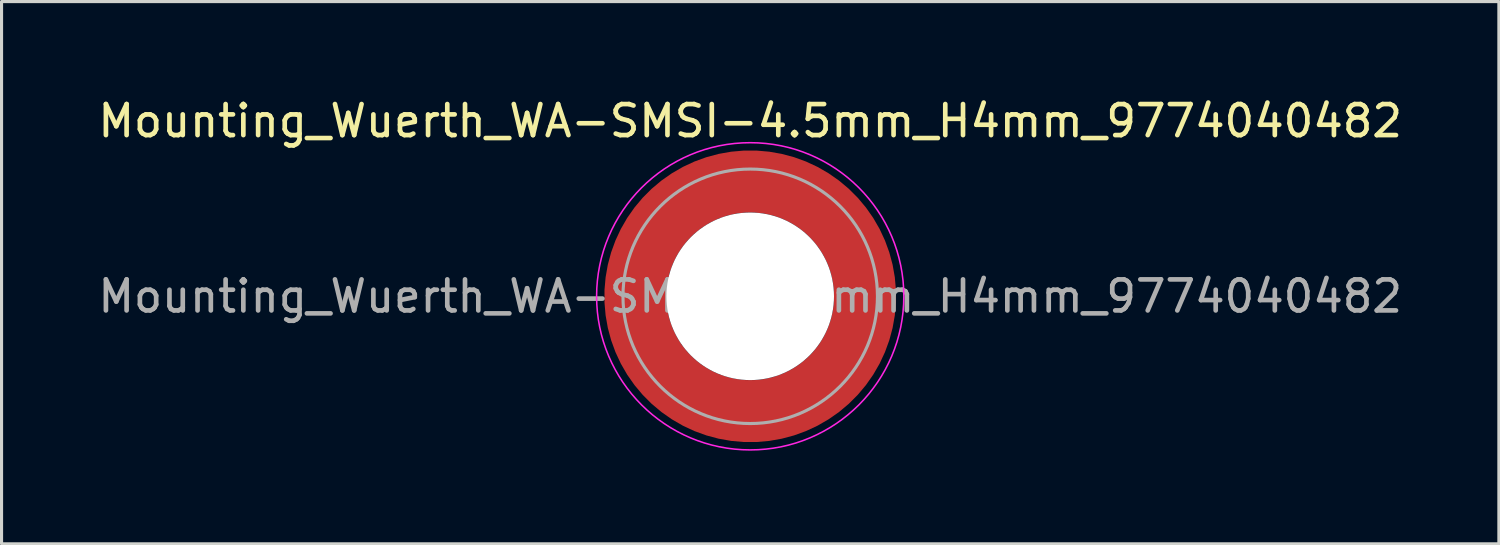
<source format=kicad_pcb>
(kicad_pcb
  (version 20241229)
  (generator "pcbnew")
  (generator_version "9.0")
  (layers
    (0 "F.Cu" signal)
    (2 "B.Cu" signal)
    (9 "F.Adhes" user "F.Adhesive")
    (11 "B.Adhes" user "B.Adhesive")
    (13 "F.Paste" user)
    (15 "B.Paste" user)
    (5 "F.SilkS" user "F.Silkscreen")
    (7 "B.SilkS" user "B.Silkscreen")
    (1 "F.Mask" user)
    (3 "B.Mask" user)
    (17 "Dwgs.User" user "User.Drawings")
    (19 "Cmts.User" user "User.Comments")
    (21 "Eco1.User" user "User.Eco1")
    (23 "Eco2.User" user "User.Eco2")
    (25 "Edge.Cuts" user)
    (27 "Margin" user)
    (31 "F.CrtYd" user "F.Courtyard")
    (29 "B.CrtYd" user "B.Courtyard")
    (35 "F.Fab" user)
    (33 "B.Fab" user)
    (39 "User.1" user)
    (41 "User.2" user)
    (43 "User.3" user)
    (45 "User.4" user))
  (footprint "Mounting_Wuerth_WA-SMSI-4.5mm_H4mm_9774040482"
    (layer "F.Cu")
    (at 21.125 6.498)
    (property "Reference" "Mounting_Wuerth_WA-SMSI-4.5mm_H4mm_9774040482" (at 0 -5.65 0) (layer "F.SilkS") (effects (font (size 1 1) (thickness 0.15))))
    (attr smd)
    (fp_circle (center 0 0) (end 4.95 0) (stroke (width 0.05) (type solid)) (fill no) (layer "F.CrtYd"))
    (fp_circle (center 0 0) (end 4.1 0) (stroke (width 0.1) (type solid)) (fill no) (layer "F.Fab"))
    (fp_text user "${REFERENCE}" (at 0 0 0) (layer "F.Fab") (effects (font (size 1 1) (thickness 0.15))))
    (pad "" smd custom (at -2.607 -2.607) (size 1.495 1.495) (layers "F.Paste") (options (anchor circle)) (primitives (gr_arc (start -0.188183 2.107456) (mid 0.598928 0.599619) (end 2.106494 -0.188011) (width 0.2)) (gr_arc (start -0.289416 2.107456) (mid 0.528508 0.529033) (end 2.106724 -0.28929) (width 0.2)) (gr_arc (start -0.390547 2.107456) (mid 0.457087 0.459449) (end 2.104161 -0.389996) (width 0.2)) (gr_arc (start -0.491585 2.107456) (mid 0.386415 0.389116) (end 2.103685 -0.490974) (width 0.2)) (gr_arc (start -0.59254 2.107456) (mid 0.31649 0.318035) (end 2.105297 -0.592202) (width 0.2)) (gr_arc (start -0.693419 2.107456) (mid 0.245252 0.248268) (end 2.103239 -0.692777) (width 0.2)) (gr_arc (start -0.794229 2.107456) (mid 0.174636 0.177878) (end 2.102921 -0.793559) (width 0.2)) (gr_arc (start -0.894975 2.107456) (mid 0.104643 0.106866) (end 2.104343 -0.894529) (width 0.2)) (gr_arc (start -0.995664 2.107456) (mid 0.033026 0.037479) (end 2.101219 -0.994793) (width 0.2)) (gr_arc (start -1.0963 2.107456) (mid -0.035789 -0.034714) (end 2.105949 -1.096096) (width 0.2)) (gr_arc (start -1.196886 2.107456) (mid -0.106351 -0.105157) (end 2.105783 -1.196666) (width 0.2)) (gr_arc (start -1.297427 2.107456) (mid -0.176416 -0.176097) (end 2.107009 -1.29737) (width 0.2)) (gr_arc (start -1.397927 2.107456) (mid -0.248476 -0.245042) (end 2.102638 -1.397323) (width 0.2)) (gr_arc (start -1.498388 2.107456) (mid -0.317612 -0.316913) (end 2.106475 -1.498268) (width 0.2)) (gr_arc (start -1.598813 2.107456) (mid -0.388865 -0.386665) (end 2.104366 -1.598444) (width 0.2)) (gr_arc (start -1.699204 2.107456) (mid -0.459747 -0.456787) (end 2.103299 -1.698719) (width 0.2)) (gr_arc (start -1.799565 2.107456) (mid -0.530257 -0.527283) (end 2.103277 -1.799089) (width 0.2)) (gr_arc (start -1.899896 2.107456) (mid -0.600396 -0.59815) (end 2.104299 -1.899545) (width 0.2)) (gr_arc (start -1.899896 2.107456) (mid -0.600396 -0.59815) (end 2.104299 -1.899545) (width 0.2)) (gr_line (start 2.107 -0.188) (end 2.107 -1.9) (width 0.2)) (gr_line (start -0.188 2.107) (end -1.9 2.107) (width 0.2))))
    (pad "" smd custom (at -2.607 2.607) (size 1.495 1.495) (layers "F.Paste") (options (anchor circle)) (primitives (gr_arc (start 2.107456 0.188183) (mid 0.599619 -0.598928) (end -0.188011 -2.106494) (width 0.2)) (gr_arc (start 2.107456 0.289416) (mid 0.529033 -0.528508) (end -0.28929 -2.106724) (width 0.2)) (gr_arc (start 2.107456 0.390547) (mid 0.459449 -0.457087) (end -0.389996 -2.104161) (width 0.2)) (gr_arc (start 2.107456 0.491585) (mid 0.389116 -0.386415) (end -0.490974 -2.103685) (width 0.2)) (gr_arc (start 2.107456 0.59254) (mid 0.318035 -0.31649) (end -0.592202 -2.105297) (width 0.2)) (gr_arc (start 2.107456 0.693419) (mid 0.248268 -0.245252) (end -0.692777 -2.103239) (width 0.2)) (gr_arc (start 2.107456 0.794229) (mid 0.177878 -0.174636) (end -0.793559 -2.102921) (width 0.2)) (gr_arc (start 2.107456 0.894975) (mid 0.106866 -0.104643) (end -0.894529 -2.104343) (width 0.2)) (gr_arc (start 2.107456 0.995664) (mid 0.037479 -0.033026) (end -0.994793 -2.101219) (width 0.2)) (gr_arc (start 2.107456 1.0963) (mid -0.034714 0.035789) (end -1.096096 -2.105949) (width 0.2)) (gr_arc (start 2.107456 1.196886) (mid -0.105157 0.106351) (end -1.196666 -2.105783) (width 0.2)) (gr_arc (start 2.107456 1.297427) (mid -0.176097 0.176416) (end -1.29737 -2.107009) (width 0.2)) (gr_arc (start 2.107456 1.397927) (mid -0.245042 0.248476) (end -1.397323 -2.102638) (width 0.2)) (gr_arc (start 2.107456 1.498388) (mid -0.316913 0.317612) (end -1.498268 -2.106475) (width 0.2)) (gr_arc (start 2.107456 1.598813) (mid -0.386665 0.388865) (end -1.598444 -2.104366) (width 0.2)) (gr_arc (start 2.107456 1.699204) (mid -0.456787 0.459747) (end -1.698719 -2.103299) (width 0.2)) (gr_arc (start 2.107456 1.799565) (mid -0.527283 0.530257) (end -1.799089 -2.103277) (width 0.2)) (gr_arc (start 2.107456 1.899896) (mid -0.59815 0.600396) (end -1.899545 -2.104299) (width 0.2)) (gr_arc (start 2.107456 1.899896) (mid -0.59815 0.600396) (end -1.899545 -2.104299) (width 0.2)) (gr_line (start -0.188 -2.107) (end -1.9 -2.107) (width 0.2)) (gr_line (start 2.107 0.188) (end 2.107 1.9) (width 0.2))))
    (pad "" np_thru_hole circle (at 0 0) (size 5.4 5.4) (drill 5.4) (layers "*.Cu" "*.Mask"))
    (pad "" smd custom (at 2.607 -2.607) (size 1.495 1.495) (layers "F.Paste") (options (anchor circle)) (primitives (gr_arc (start -2.107456 -0.188183) (mid -0.599619 0.598928) (end 0.188011 2.106494) (width 0.2)) (gr_arc (start -2.107456 -0.289416) (mid -0.529033 0.528508) (end 0.28929 2.106724) (width 0.2)) (gr_arc (start -2.107456 -0.390547) (mid -0.459449 0.457087) (end 0.389996 2.104161) (width 0.2)) (gr_arc (start -2.107456 -0.491585) (mid -0.389116 0.386415) (end 0.490974 2.103685) (width 0.2)) (gr_arc (start -2.107456 -0.59254) (mid -0.318035 0.31649) (end 0.592202 2.105297) (width 0.2)) (gr_arc (start -2.107456 -0.693419) (mid -0.248268 0.245252) (end 0.692777 2.103239) (width 0.2)) (gr_arc (start -2.107456 -0.794229) (mid -0.177878 0.174636) (end 0.793559 2.102921) (width 0.2)) (gr_arc (start -2.107456 -0.894975) (mid -0.106866 0.104643) (end 0.894529 2.104343) (width 0.2)) (gr_arc (start -2.107456 -0.995664) (mid -0.037479 0.033026) (end 0.994793 2.101219) (width 0.2)) (gr_arc (start -2.107456 -1.0963) (mid 0.034714 -0.035789) (end 1.096096 2.105949) (width 0.2)) (gr_arc (start -2.107456 -1.196886) (mid 0.105157 -0.106351) (end 1.196666 2.105783) (width 0.2)) (gr_arc (start -2.107456 -1.297427) (mid 0.176097 -0.176416) (end 1.29737 2.107009) (width 0.2)) (gr_arc (start -2.107456 -1.397927) (mid 0.245042 -0.248476) (end 1.397323 2.102638) (width 0.2)) (gr_arc (start -2.107456 -1.498388) (mid 0.316913 -0.317612) (end 1.498268 2.106475) (width 0.2)) (gr_arc (start -2.107456 -1.598813) (mid 0.386665 -0.388865) (end 1.598444 2.104366) (width 0.2)) (gr_arc (start -2.107456 -1.699204) (mid 0.456787 -0.459747) (end 1.698719 2.103299) (width 0.2)) (gr_arc (start -2.107456 -1.799565) (mid 0.527283 -0.530257) (end 1.799089 2.103277) (width 0.2)) (gr_arc (start -2.107456 -1.899896) (mid 0.59815 -0.600396) (end 1.899545 2.104299) (width 0.2)) (gr_arc (start -2.107456 -1.899896) (mid 0.59815 -0.600396) (end 1.899545 2.104299) (width 0.2)) (gr_line (start 0.188 2.107) (end 1.9 2.107) (width 0.2)) (gr_line (start -2.107 -0.188) (end -2.107 -1.9) (width 0.2))))
    (pad "" smd custom (at 2.607 2.607) (size 1.495 1.495) (layers "F.Paste") (options (anchor circle)) (primitives (gr_arc (start 0.188183 -2.107456) (mid -0.598928 -0.599619) (end -2.106494 0.188011) (width 0.2)) (gr_arc (start 0.289416 -2.107456) (mid -0.528508 -0.529033) (end -2.106724 0.28929) (width 0.2)) (gr_arc (start 0.390547 -2.107456) (mid -0.457087 -0.459449) (end -2.104161 0.389996) (width 0.2)) (gr_arc (start 0.491585 -2.107456) (mid -0.386415 -0.389116) (end -2.103685 0.490974) (width 0.2)) (gr_arc (start 0.59254 -2.107456) (mid -0.31649 -0.318035) (end -2.105297 0.592202) (width 0.2)) (gr_arc (start 0.693419 -2.107456) (mid -0.245252 -0.248268) (end -2.103239 0.692777) (width 0.2)) (gr_arc (start 0.794229 -2.107456) (mid -0.174636 -0.177878) (end -2.102921 0.793559) (width 0.2)) (gr_arc (start 0.894975 -2.107456) (mid -0.104643 -0.106866) (end -2.104343 0.894529) (width 0.2)) (gr_arc (start 0.995664 -2.107456) (mid -0.033026 -0.037479) (end -2.101219 0.994793) (width 0.2)) (gr_arc (start 1.0963 -2.107456) (mid 0.035789 0.034714) (end -2.105949 1.096096) (width 0.2)) (gr_arc (start 1.196886 -2.107456) (mid 0.106351 0.105157) (end -2.105783 1.196666) (width 0.2)) (gr_arc (start 1.297427 -2.107456) (mid 0.176416 0.176097) (end -2.107009 1.29737) (width 0.2)) (gr_arc (start 1.397927 -2.107456) (mid 0.248476 0.245042) (end -2.102638 1.397323) (width 0.2)) (gr_arc (start 1.498388 -2.107456) (mid 0.317612 0.316913) (end -2.106475 1.498268) (width 0.2)) (gr_arc (start 1.598813 -2.107456) (mid 0.388865 0.386665) (end -2.104366 1.598444) (width 0.2)) (gr_arc (start 1.699204 -2.107456) (mid 0.459747 0.456787) (end -2.103299 1.698719) (width 0.2)) (gr_arc (start 1.799565 -2.107456) (mid 0.530257 0.527283) (end -2.103277 1.799089) (width 0.2)) (gr_arc (start 1.899896 -2.107456) (mid 0.600396 0.59815) (end -2.104299 1.899545) (width 0.2)) (gr_arc (start 1.899896 -2.107456) (mid 0.600396 0.59815) (end -2.104299 1.899545) (width 0.2)) (gr_line (start -2.107 0.188) (end -2.107 1.9) (width 0.2)) (gr_line (start 0.188 -2.107) (end 1.9 -2.107) (width 0.2))))
    (pad "1" smd circle (at -3.7 0) (size 1.6 1.6) (layers "F.Cu"))
    (pad "1" smd circle (at 0 -3.7) (size 1.6 1.6) (layers "F.Cu"))
    (pad "1" smd circle (at 0 3.7) (size 1.6 1.6) (layers "F.Cu"))
    (pad "1" smd custom (at 3.7 0) (size 1.6 1.6) (layers "F.Cu" "F.Mask") (options (anchor circle)) (primitives (gr_circle (center -3.7 0) (end 0 0) (width 2) (fill no)))))
  (gr_rect
    (start -3 -3)
    (end 45.25 14.473)
    (stroke (width 0.1) (type default))
    (fill no)
    (layer "Edge.Cuts")))
</source>
